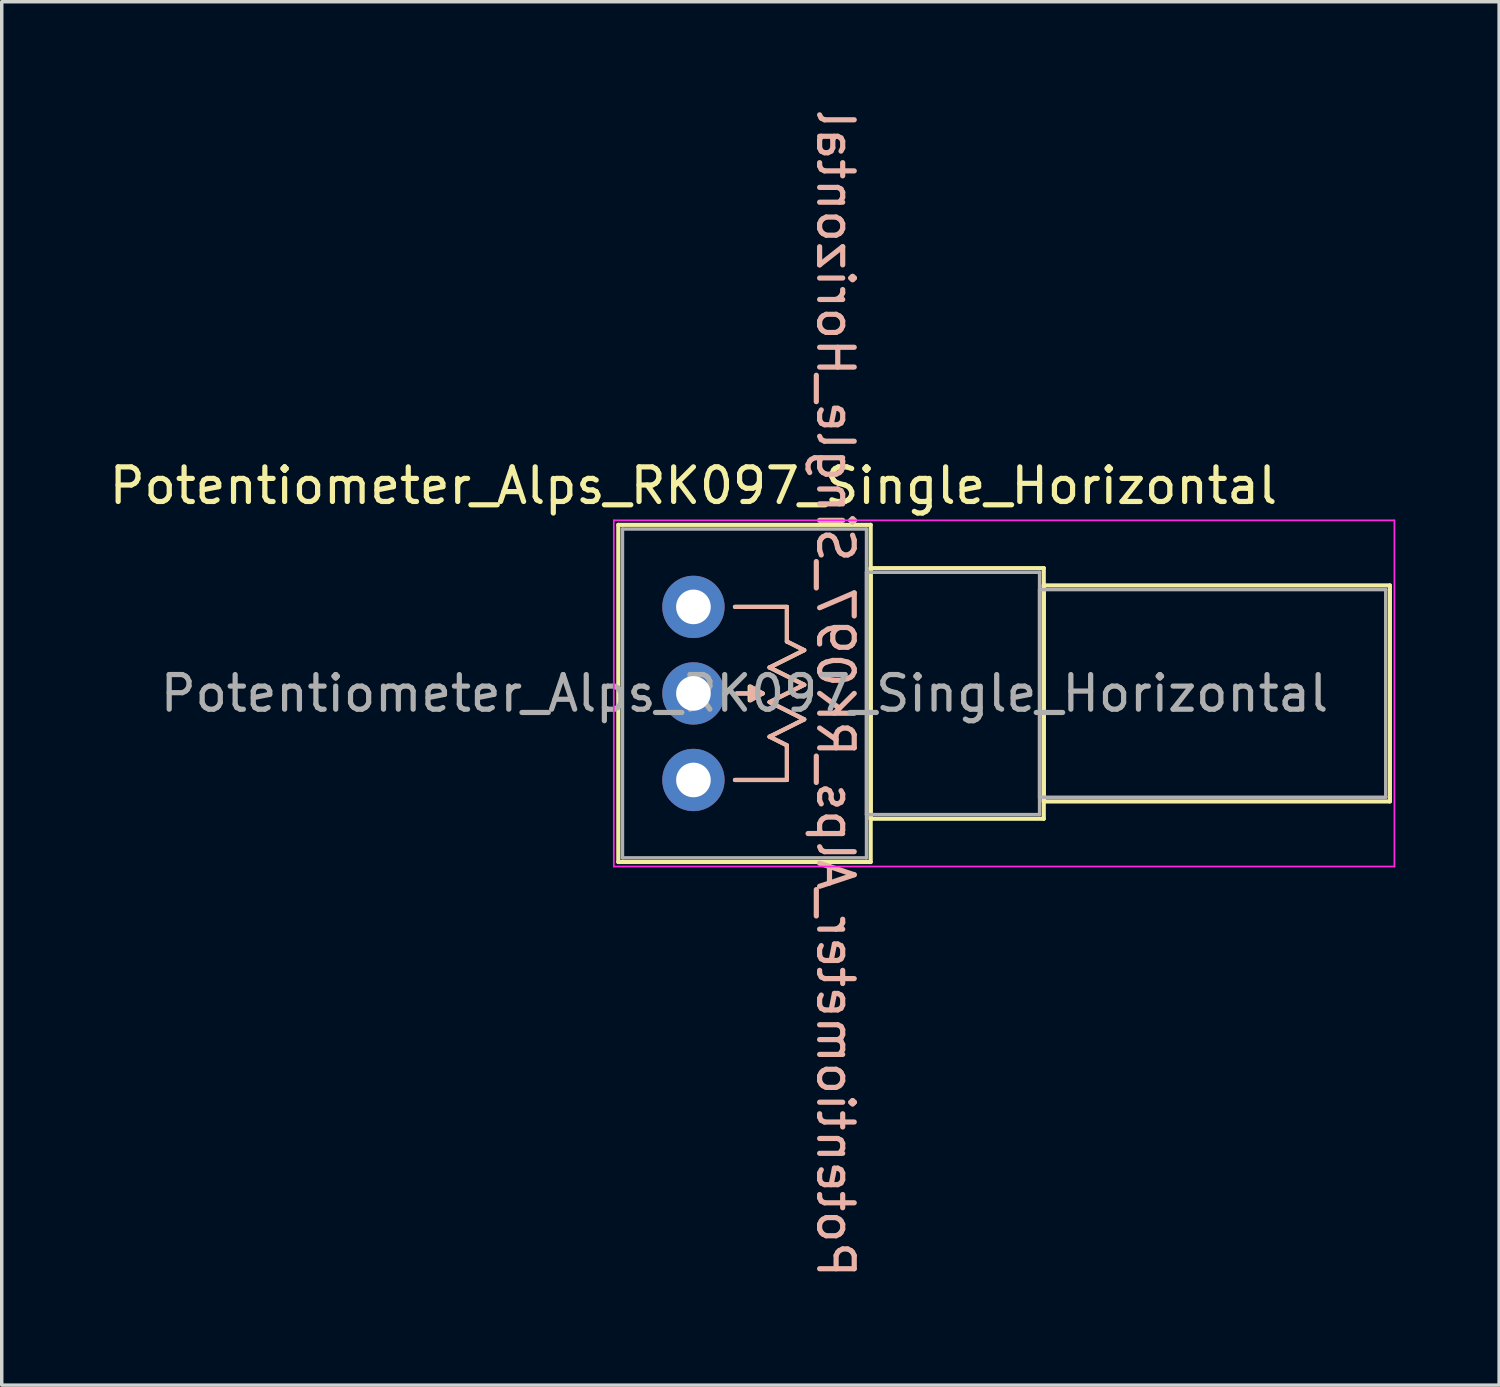
<source format=kicad_pcb>
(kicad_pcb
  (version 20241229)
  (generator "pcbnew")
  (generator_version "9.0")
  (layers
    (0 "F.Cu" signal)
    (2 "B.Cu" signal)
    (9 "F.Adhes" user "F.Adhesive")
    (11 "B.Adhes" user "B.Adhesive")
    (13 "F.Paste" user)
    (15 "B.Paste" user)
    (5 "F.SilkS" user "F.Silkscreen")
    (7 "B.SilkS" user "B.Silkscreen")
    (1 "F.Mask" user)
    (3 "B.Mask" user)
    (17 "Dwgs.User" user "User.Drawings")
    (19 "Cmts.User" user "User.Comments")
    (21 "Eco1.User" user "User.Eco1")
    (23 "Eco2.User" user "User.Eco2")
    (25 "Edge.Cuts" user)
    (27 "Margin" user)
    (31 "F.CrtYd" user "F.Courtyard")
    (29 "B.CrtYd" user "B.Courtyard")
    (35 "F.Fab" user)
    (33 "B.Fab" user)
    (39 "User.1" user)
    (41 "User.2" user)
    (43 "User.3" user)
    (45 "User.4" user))
  (footprint "Potentiometer_Alps_RK097_Single_Horizontal"
    (layer "F.Cu")
    (at 16.982 19.482)
    (property "Reference" "Potentiometer_Alps_RK097_Single_Horizontal" (at 0 -8.5 0) (layer "F.SilkS") (effects (font (size 1 1) (thickness 0.15))))
    (attr through_hole)
    (fp_line (start -2.17 -7.37) (end -2.17 2.37) (stroke (width 0.12) (type solid)) (layer "F.SilkS"))
    (fp_line (start -2.17 -7.37) (end 5.12 -7.37) (stroke (width 0.12) (type solid)) (layer "F.SilkS"))
    (fp_line (start -2.17 2.37) (end 5.12 2.37) (stroke (width 0.12) (type solid)) (layer "F.SilkS"))
    (fp_line (start 2 -2.5) (end 1.25 -2.5) (stroke (width 0.12) (type solid)) (layer "F.SilkS"))
    (fp_line (start 2.2 -3.25) (end 3.2 -3.75) (stroke (width 0.12) (type solid)) (layer "F.SilkS"))
    (fp_line (start 2.2 -2.25) (end 3.2 -2.75) (stroke (width 0.12) (type solid)) (layer "F.SilkS"))
    (fp_line (start 2.2 -1.25) (end 3.2 -1.75) (stroke (width 0.12) (type solid)) (layer "F.SilkS"))
    (fp_line (start 2.7 -5) (end 1.2 -5) (stroke (width 0.12) (type solid)) (layer "F.SilkS"))
    (fp_line (start 2.7 -4) (end 2.7 -5) (stroke (width 0.12) (type solid)) (layer "F.SilkS"))
    (fp_line (start 2.7 -1) (end 2.2 -1.25) (stroke (width 0.12) (type solid)) (layer "F.SilkS"))
    (fp_line (start 2.7 -1) (end 2.7 0) (stroke (width 0.12) (type solid)) (layer "F.SilkS"))
    (fp_line (start 2.7 0) (end 1.2 0) (stroke (width 0.12) (type solid)) (layer "F.SilkS"))
    (fp_line (start 3.2 -3.75) (end 2.7 -4) (stroke (width 0.12) (type solid)) (layer "F.SilkS"))
    (fp_line (start 3.2 -2.75) (end 2.2 -3.25) (stroke (width 0.12) (type solid)) (layer "F.SilkS"))
    (fp_line (start 3.2 -1.75) (end 2.2 -2.25) (stroke (width 0.12) (type solid)) (layer "F.SilkS"))
    (fp_line (start 5.12 -7.37) (end 5.12 2.37) (stroke (width 0.12) (type solid)) (layer "F.SilkS"))
    (fp_line (start 5.12 -6.12) (end 5.12 1.12) (stroke (width 0.12) (type solid)) (layer "F.SilkS"))
    (fp_line (start 5.12 -6.12) (end 10.12 -6.12) (stroke (width 0.12) (type solid)) (layer "F.SilkS"))
    (fp_line (start 5.12 1.12) (end 10.12 1.12) (stroke (width 0.12) (type solid)) (layer "F.SilkS"))
    (fp_line (start 10.12 -6.12) (end 10.12 1.12) (stroke (width 0.12) (type solid)) (layer "F.SilkS"))
    (fp_line (start 10.12 -5.62) (end 10.12 0.62) (stroke (width 0.12) (type solid)) (layer "F.SilkS"))
    (fp_line (start 10.12 -5.62) (end 20.12 -5.62) (stroke (width 0.12) (type solid)) (layer "F.SilkS"))
    (fp_line (start 10.12 0.62) (end 20.12 0.62) (stroke (width 0.12) (type solid)) (layer "F.SilkS"))
    (fp_line (start 20.12 -5.62) (end 20.12 0.62) (stroke (width 0.12) (type solid)) (layer "F.SilkS"))
    (fp_poly (pts (xy 2 -2.5) (xy 1.625 -2.3) (xy 1.625 -2.7)) (stroke (width 0.12) (type solid)) (fill yes) (layer "F.SilkS"))
    (fp_line (start 1.2 -5) (end 2.7 -5) (stroke (width 0.12) (type solid)) (layer "B.SilkS"))
    (fp_line (start 1.25 -2.5) (end 2 -2.5) (stroke (width 0.12) (type solid)) (layer "B.SilkS"))
    (fp_line (start 2.2 -3.25) (end 3.2 -2.75) (stroke (width 0.12) (type solid)) (layer "B.SilkS"))
    (fp_line (start 2.2 -2.25) (end 3.2 -1.75) (stroke (width 0.12) (type solid)) (layer "B.SilkS"))
    (fp_line (start 2.2 -1.25) (end 2.7 -1) (stroke (width 0.12) (type solid)) (layer "B.SilkS"))
    (fp_line (start 2.7 -5) (end 2.7 -4) (stroke (width 0.12) (type solid)) (layer "B.SilkS"))
    (fp_line (start 2.7 -4) (end 3.2 -3.75) (stroke (width 0.12) (type solid)) (layer "B.SilkS"))
    (fp_line (start 2.7 -1) (end 2.7 0) (stroke (width 0.12) (type solid)) (layer "B.SilkS"))
    (fp_line (start 2.7 0) (end 1.2 0) (stroke (width 0.12) (type solid)) (layer "B.SilkS"))
    (fp_line (start 3.2 -3.75) (end 2.2 -3.25) (stroke (width 0.12) (type solid)) (layer "B.SilkS"))
    (fp_line (start 3.2 -2.75) (end 2.2 -2.25) (stroke (width 0.12) (type solid)) (layer "B.SilkS"))
    (fp_line (start 3.2 -1.75) (end 2.2 -1.25) (stroke (width 0.12) (type solid)) (layer "B.SilkS"))
    (fp_poly (pts (xy 2 -2.5) (xy 1.65 -2.3) (xy 1.65 -2.7)) (stroke (width 0.12) (type solid)) (fill yes) (layer "B.SilkS"))
    (fp_line (start -2.3 -7.5) (end -2.3 2.5) (stroke (width 0.05) (type solid)) (layer "F.CrtYd"))
    (fp_line (start -2.3 2.5) (end 20.25 2.5) (stroke (width 0.05) (type solid)) (layer "F.CrtYd"))
    (fp_line (start 20.25 -7.5) (end -2.3 -7.5) (stroke (width 0.05) (type solid)) (layer "F.CrtYd"))
    (fp_line (start 20.25 2.5) (end 20.25 -7.5) (stroke (width 0.05) (type solid)) (layer "F.CrtYd"))
    (fp_line (start -2.05 -7.25) (end -2.05 2.25) (stroke (width 0.1) (type solid)) (layer "F.Fab"))
    (fp_line (start -2.05 2.25) (end 5 2.25) (stroke (width 0.1) (type solid)) (layer "F.Fab"))
    (fp_line (start 5 -7.25) (end -2.05 -7.25) (stroke (width 0.1) (type solid)) (layer "F.Fab"))
    (fp_line (start 5 -6) (end 5 1) (stroke (width 0.1) (type solid)) (layer "F.Fab"))
    (fp_line (start 5 1) (end 10 1) (stroke (width 0.1) (type solid)) (layer "F.Fab"))
    (fp_line (start 5 2.25) (end 5 -7.25) (stroke (width 0.1) (type solid)) (layer "F.Fab"))
    (fp_line (start 10 -6) (end 5 -6) (stroke (width 0.1) (type solid)) (layer "F.Fab"))
    (fp_line (start 10 -5.5) (end 10 0.5) (stroke (width 0.1) (type solid)) (layer "F.Fab"))
    (fp_line (start 10 0.5) (end 20 0.5) (stroke (width 0.1) (type solid)) (layer "F.Fab"))
    (fp_line (start 10 1) (end 10 -6) (stroke (width 0.1) (type solid)) (layer "F.Fab"))
    (fp_line (start 20 -5.5) (end 10 -5.5) (stroke (width 0.1) (type solid)) (layer "F.Fab"))
    (fp_line (start 20 0.5) (end 20 -5.5) (stroke (width 0.1) (type solid)) (layer "F.Fab"))
    (fp_text user "${REFERENCE}" (at 4.1 -2.5 270) (unlocked yes) (layer "B.SilkS") (effects (font (size 1 1) (thickness 0.15)) (justify mirror)))
    (fp_text user "${REFERENCE}" (at 1.475 -2.5 0) (layer "F.Fab") (effects (font (size 1 1) (thickness 0.15))))
    (pad "1" thru_hole circle (at 0 0) (size 1.8 1.8) (drill 1) (layers "*.Cu" "*.Mask"))
    (pad "2" thru_hole circle (at 0 -2.5) (size 1.8 1.8) (drill 1) (layers "*.Cu" "*.Mask"))
    (pad "3" thru_hole circle (at 0 -5) (size 1.8 1.8) (drill 1) (layers "*.Cu" "*.Mask")))
  (gr_rect
    (start -3 -3)
    (end 40.257 36.964)
    (stroke (width 0.1) (type default))
    (fill no)
    (layer "Edge.Cuts")))
</source>
